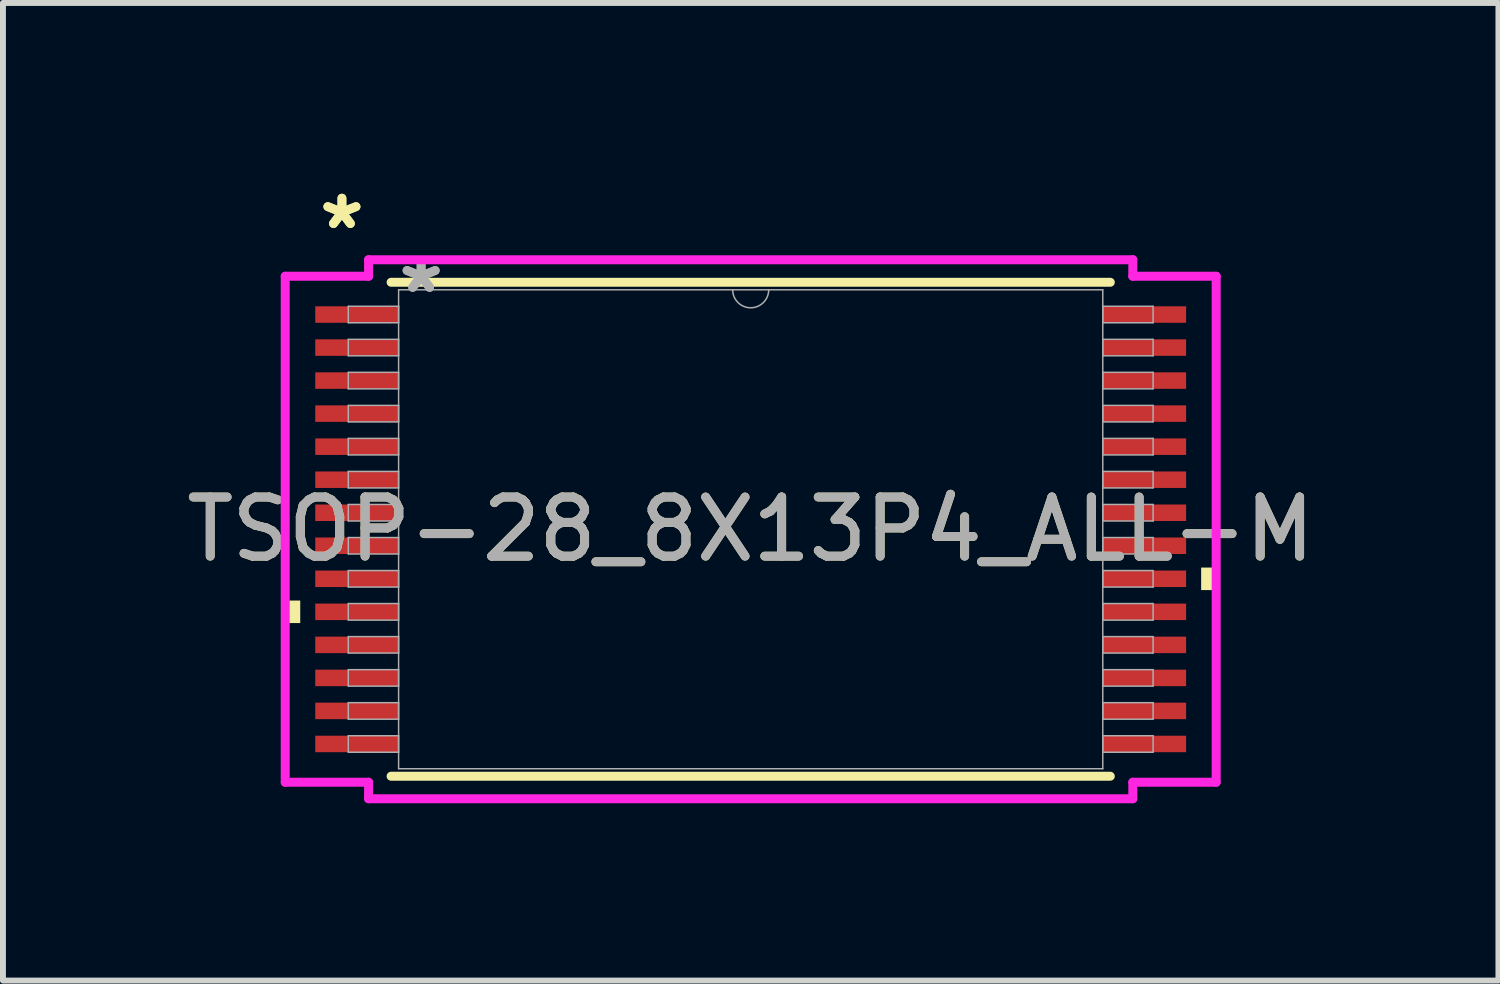
<source format=kicad_pcb>
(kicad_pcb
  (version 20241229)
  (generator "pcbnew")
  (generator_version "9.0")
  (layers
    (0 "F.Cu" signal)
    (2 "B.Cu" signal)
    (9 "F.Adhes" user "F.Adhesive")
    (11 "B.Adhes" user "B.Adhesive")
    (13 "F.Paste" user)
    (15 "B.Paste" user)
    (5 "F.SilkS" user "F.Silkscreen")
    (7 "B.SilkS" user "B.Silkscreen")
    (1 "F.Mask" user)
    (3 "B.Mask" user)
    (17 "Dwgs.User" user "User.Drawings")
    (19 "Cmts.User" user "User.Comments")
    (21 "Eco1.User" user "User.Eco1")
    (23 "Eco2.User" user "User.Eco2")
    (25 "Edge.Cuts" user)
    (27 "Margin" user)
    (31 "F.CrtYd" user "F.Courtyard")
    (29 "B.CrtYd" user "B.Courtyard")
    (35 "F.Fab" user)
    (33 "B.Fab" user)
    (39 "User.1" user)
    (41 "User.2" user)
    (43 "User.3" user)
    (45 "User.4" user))
  (footprint "TSOP-28_8X13P4_ALL-M"
    (layer "F.Cu")
    (at 9.649 5.903)
    (property "Reference" "TSOP-28_8X13P4_ALL-M" (at 0 0 0) (unlocked yes) (layer "F.SilkS") (effects (font (size 1 1) (thickness 0.15))))
    (attr smd)
    (fp_line (start -6.083 4.178) (end 6.083 4.178) (stroke (width 0.152) (type solid)) (layer "F.SilkS"))
    (fp_line (start 6.083 -4.178) (end -6.083 -4.178) (stroke (width 0.152) (type solid)) (layer "F.SilkS"))
    (fp_poly (pts (xy -7.874 1.206) (xy -7.874 1.587) (xy -7.62 1.587) (xy -7.62 1.206)) (stroke (width 0) (type solid)) (fill yes) (layer "F.SilkS"))
    (fp_poly (pts (xy 7.874 0.648) (xy 7.874 1.029) (xy 7.62 1.029) (xy 7.62 0.648)) (stroke (width 0) (type solid)) (fill yes) (layer "F.SilkS"))
    (fp_line (start -7.874 -4.28) (end -6.464 -4.28) (stroke (width 0.152) (type solid)) (layer "F.CrtYd"))
    (fp_line (start -7.874 4.28) (end -7.874 -4.28) (stroke (width 0.152) (type solid)) (layer "F.CrtYd"))
    (fp_line (start -7.874 4.28) (end -6.464 4.28) (stroke (width 0.152) (type solid)) (layer "F.CrtYd"))
    (fp_line (start -6.464 -4.559) (end 6.464 -4.559) (stroke (width 0.152) (type solid)) (layer "F.CrtYd"))
    (fp_line (start -6.464 -4.28) (end -6.464 -4.559) (stroke (width 0.152) (type solid)) (layer "F.CrtYd"))
    (fp_line (start -6.464 4.559) (end -6.464 4.28) (stroke (width 0.152) (type solid)) (layer "F.CrtYd"))
    (fp_line (start 6.464 -4.559) (end 6.464 -4.28) (stroke (width 0.152) (type solid)) (layer "F.CrtYd"))
    (fp_line (start 6.464 4.28) (end 6.464 4.559) (stroke (width 0.152) (type solid)) (layer "F.CrtYd"))
    (fp_line (start 6.464 4.559) (end -6.464 4.559) (stroke (width 0.152) (type solid)) (layer "F.CrtYd"))
    (fp_line (start 7.874 -4.28) (end 6.464 -4.28) (stroke (width 0.152) (type solid)) (layer "F.CrtYd"))
    (fp_line (start 7.874 -4.28) (end 7.874 4.28) (stroke (width 0.152) (type solid)) (layer "F.CrtYd"))
    (fp_line (start 7.874 4.28) (end 6.464 4.28) (stroke (width 0.152) (type solid)) (layer "F.CrtYd"))
    (fp_line (start -6.807 -3.772) (end -6.807 -3.493) (stroke (width 0.025) (type solid)) (layer "F.Fab"))
    (fp_line (start -6.807 -3.493) (end -5.956 -3.493) (stroke (width 0.025) (type solid)) (layer "F.Fab"))
    (fp_line (start -6.807 -3.213) (end -6.807 -2.934) (stroke (width 0.025) (type solid)) (layer "F.Fab"))
    (fp_line (start -6.807 -2.934) (end -5.956 -2.934) (stroke (width 0.025) (type solid)) (layer "F.Fab"))
    (fp_line (start -6.807 -2.654) (end -6.807 -2.375) (stroke (width 0.025) (type solid)) (layer "F.Fab"))
    (fp_line (start -6.807 -2.375) (end -5.956 -2.375) (stroke (width 0.025) (type solid)) (layer "F.Fab"))
    (fp_line (start -6.807 -2.095) (end -6.807 -1.816) (stroke (width 0.025) (type solid)) (layer "F.Fab"))
    (fp_line (start -6.807 -1.816) (end -5.956 -1.816) (stroke (width 0.025) (type solid)) (layer "F.Fab"))
    (fp_line (start -6.807 -1.537) (end -6.807 -1.257) (stroke (width 0.025) (type solid)) (layer "F.Fab"))
    (fp_line (start -6.807 -1.257) (end -5.956 -1.257) (stroke (width 0.025) (type solid)) (layer "F.Fab"))
    (fp_line (start -6.807 -0.978) (end -6.807 -0.699) (stroke (width 0.025) (type solid)) (layer "F.Fab"))
    (fp_line (start -6.807 -0.699) (end -5.956 -0.699) (stroke (width 0.025) (type solid)) (layer "F.Fab"))
    (fp_line (start -6.807 -0.419) (end -6.807 -0.14) (stroke (width 0.025) (type solid)) (layer "F.Fab"))
    (fp_line (start -6.807 -0.14) (end -5.956 -0.14) (stroke (width 0.025) (type solid)) (layer "F.Fab"))
    (fp_line (start -6.807 0.14) (end -6.807 0.419) (stroke (width 0.025) (type solid)) (layer "F.Fab"))
    (fp_line (start -6.807 0.419) (end -5.956 0.419) (stroke (width 0.025) (type solid)) (layer "F.Fab"))
    (fp_line (start -6.807 0.699) (end -6.807 0.978) (stroke (width 0.025) (type solid)) (layer "F.Fab"))
    (fp_line (start -6.807 0.978) (end -5.956 0.978) (stroke (width 0.025) (type solid)) (layer "F.Fab"))
    (fp_line (start -6.807 1.257) (end -6.807 1.537) (stroke (width 0.025) (type solid)) (layer "F.Fab"))
    (fp_line (start -6.807 1.537) (end -5.956 1.537) (stroke (width 0.025) (type solid)) (layer "F.Fab"))
    (fp_line (start -6.807 1.816) (end -6.807 2.095) (stroke (width 0.025) (type solid)) (layer "F.Fab"))
    (fp_line (start -6.807 2.095) (end -5.956 2.095) (stroke (width 0.025) (type solid)) (layer "F.Fab"))
    (fp_line (start -6.807 2.375) (end -6.807 2.654) (stroke (width 0.025) (type solid)) (layer "F.Fab"))
    (fp_line (start -6.807 2.654) (end -5.956 2.654) (stroke (width 0.025) (type solid)) (layer "F.Fab"))
    (fp_line (start -6.807 2.934) (end -6.807 3.213) (stroke (width 0.025) (type solid)) (layer "F.Fab"))
    (fp_line (start -6.807 3.213) (end -5.956 3.213) (stroke (width 0.025) (type solid)) (layer "F.Fab"))
    (fp_line (start -6.807 3.493) (end -6.807 3.772) (stroke (width 0.025) (type solid)) (layer "F.Fab"))
    (fp_line (start -6.807 3.772) (end -5.956 3.772) (stroke (width 0.025) (type solid)) (layer "F.Fab"))
    (fp_line (start -5.956 -4.051) (end -5.956 4.051) (stroke (width 0.025) (type solid)) (layer "F.Fab"))
    (fp_line (start -5.956 -3.772) (end -6.807 -3.772) (stroke (width 0.025) (type solid)) (layer "F.Fab"))
    (fp_line (start -5.956 -3.493) (end -5.956 -3.772) (stroke (width 0.025) (type solid)) (layer "F.Fab"))
    (fp_line (start -5.956 -3.213) (end -6.807 -3.213) (stroke (width 0.025) (type solid)) (layer "F.Fab"))
    (fp_line (start -5.956 -2.934) (end -5.956 -3.213) (stroke (width 0.025) (type solid)) (layer "F.Fab"))
    (fp_line (start -5.956 -2.654) (end -6.807 -2.654) (stroke (width 0.025) (type solid)) (layer "F.Fab"))
    (fp_line (start -5.956 -2.375) (end -5.956 -2.654) (stroke (width 0.025) (type solid)) (layer "F.Fab"))
    (fp_line (start -5.956 -2.095) (end -6.807 -2.095) (stroke (width 0.025) (type solid)) (layer "F.Fab"))
    (fp_line (start -5.956 -1.816) (end -5.956 -2.095) (stroke (width 0.025) (type solid)) (layer "F.Fab"))
    (fp_line (start -5.956 -1.537) (end -6.807 -1.537) (stroke (width 0.025) (type solid)) (layer "F.Fab"))
    (fp_line (start -5.956 -1.257) (end -5.956 -1.537) (stroke (width 0.025) (type solid)) (layer "F.Fab"))
    (fp_line (start -5.956 -0.978) (end -6.807 -0.978) (stroke (width 0.025) (type solid)) (layer "F.Fab"))
    (fp_line (start -5.956 -0.699) (end -5.956 -0.978) (stroke (width 0.025) (type solid)) (layer "F.Fab"))
    (fp_line (start -5.956 -0.419) (end -6.807 -0.419) (stroke (width 0.025) (type solid)) (layer "F.Fab"))
    (fp_line (start -5.956 -0.14) (end -5.956 -0.419) (stroke (width 0.025) (type solid)) (layer "F.Fab"))
    (fp_line (start -5.956 0.14) (end -6.807 0.14) (stroke (width 0.025) (type solid)) (layer "F.Fab"))
    (fp_line (start -5.956 0.419) (end -5.956 0.14) (stroke (width 0.025) (type solid)) (layer "F.Fab"))
    (fp_line (start -5.956 0.699) (end -6.807 0.699) (stroke (width 0.025) (type solid)) (layer "F.Fab"))
    (fp_line (start -5.956 0.978) (end -5.956 0.699) (stroke (width 0.025) (type solid)) (layer "F.Fab"))
    (fp_line (start -5.956 1.257) (end -6.807 1.257) (stroke (width 0.025) (type solid)) (layer "F.Fab"))
    (fp_line (start -5.956 1.537) (end -5.956 1.257) (stroke (width 0.025) (type solid)) (layer "F.Fab"))
    (fp_line (start -5.956 1.816) (end -6.807 1.816) (stroke (width 0.025) (type solid)) (layer "F.Fab"))
    (fp_line (start -5.956 2.095) (end -5.956 1.816) (stroke (width 0.025) (type solid)) (layer "F.Fab"))
    (fp_line (start -5.956 2.375) (end -6.807 2.375) (stroke (width 0.025) (type solid)) (layer "F.Fab"))
    (fp_line (start -5.956 2.654) (end -5.956 2.375) (stroke (width 0.025) (type solid)) (layer "F.Fab"))
    (fp_line (start -5.956 2.934) (end -6.807 2.934) (stroke (width 0.025) (type solid)) (layer "F.Fab"))
    (fp_line (start -5.956 3.213) (end -5.956 2.934) (stroke (width 0.025) (type solid)) (layer "F.Fab"))
    (fp_line (start -5.956 3.493) (end -6.807 3.493) (stroke (width 0.025) (type solid)) (layer "F.Fab"))
    (fp_line (start -5.956 3.772) (end -5.956 3.493) (stroke (width 0.025) (type solid)) (layer "F.Fab"))
    (fp_line (start -5.956 4.051) (end 5.956 4.051) (stroke (width 0.025) (type solid)) (layer "F.Fab"))
    (fp_line (start 5.956 -4.051) (end -5.956 -4.051) (stroke (width 0.025) (type solid)) (layer "F.Fab"))
    (fp_line (start 5.956 -3.772) (end 5.956 -3.493) (stroke (width 0.025) (type solid)) (layer "F.Fab"))
    (fp_line (start 5.956 -3.493) (end 6.807 -3.493) (stroke (width 0.025) (type solid)) (layer "F.Fab"))
    (fp_line (start 5.956 -3.213) (end 5.956 -2.934) (stroke (width 0.025) (type solid)) (layer "F.Fab"))
    (fp_line (start 5.956 -2.934) (end 6.807 -2.934) (stroke (width 0.025) (type solid)) (layer "F.Fab"))
    (fp_line (start 5.956 -2.654) (end 5.956 -2.375) (stroke (width 0.025) (type solid)) (layer "F.Fab"))
    (fp_line (start 5.956 -2.375) (end 6.807 -2.375) (stroke (width 0.025) (type solid)) (layer "F.Fab"))
    (fp_line (start 5.956 -2.095) (end 5.956 -1.816) (stroke (width 0.025) (type solid)) (layer "F.Fab"))
    (fp_line (start 5.956 -1.816) (end 6.807 -1.816) (stroke (width 0.025) (type solid)) (layer "F.Fab"))
    (fp_line (start 5.956 -1.537) (end 5.956 -1.257) (stroke (width 0.025) (type solid)) (layer "F.Fab"))
    (fp_line (start 5.956 -1.257) (end 6.807 -1.257) (stroke (width 0.025) (type solid)) (layer "F.Fab"))
    (fp_line (start 5.956 -0.978) (end 5.956 -0.699) (stroke (width 0.025) (type solid)) (layer "F.Fab"))
    (fp_line (start 5.956 -0.699) (end 6.807 -0.699) (stroke (width 0.025) (type solid)) (layer "F.Fab"))
    (fp_line (start 5.956 -0.419) (end 5.956 -0.14) (stroke (width 0.025) (type solid)) (layer "F.Fab"))
    (fp_line (start 5.956 -0.14) (end 6.807 -0.14) (stroke (width 0.025) (type solid)) (layer "F.Fab"))
    (fp_line (start 5.956 0.14) (end 5.956 0.419) (stroke (width 0.025) (type solid)) (layer "F.Fab"))
    (fp_line (start 5.956 0.419) (end 6.807 0.419) (stroke (width 0.025) (type solid)) (layer "F.Fab"))
    (fp_line (start 5.956 0.699) (end 5.956 0.978) (stroke (width 0.025) (type solid)) (layer "F.Fab"))
    (fp_line (start 5.956 0.978) (end 6.807 0.978) (stroke (width 0.025) (type solid)) (layer "F.Fab"))
    (fp_line (start 5.956 1.257) (end 5.956 1.537) (stroke (width 0.025) (type solid)) (layer "F.Fab"))
    (fp_line (start 5.956 1.537) (end 6.807 1.537) (stroke (width 0.025) (type solid)) (layer "F.Fab"))
    (fp_line (start 5.956 1.816) (end 5.956 2.095) (stroke (width 0.025) (type solid)) (layer "F.Fab"))
    (fp_line (start 5.956 2.095) (end 6.807 2.095) (stroke (width 0.025) (type solid)) (layer "F.Fab"))
    (fp_line (start 5.956 2.375) (end 5.956 2.654) (stroke (width 0.025) (type solid)) (layer "F.Fab"))
    (fp_line (start 5.956 2.654) (end 6.807 2.654) (stroke (width 0.025) (type solid)) (layer "F.Fab"))
    (fp_line (start 5.956 2.934) (end 5.956 3.213) (stroke (width 0.025) (type solid)) (layer "F.Fab"))
    (fp_line (start 5.956 3.213) (end 6.807 3.213) (stroke (width 0.025) (type solid)) (layer "F.Fab"))
    (fp_line (start 5.956 3.493) (end 5.956 3.772) (stroke (width 0.025) (type solid)) (layer "F.Fab"))
    (fp_line (start 5.956 3.772) (end 6.807 3.772) (stroke (width 0.025) (type solid)) (layer "F.Fab"))
    (fp_line (start 5.956 4.051) (end 5.956 -4.051) (stroke (width 0.025) (type solid)) (layer "F.Fab"))
    (fp_line (start 6.807 -3.772) (end 5.956 -3.772) (stroke (width 0.025) (type solid)) (layer "F.Fab"))
    (fp_line (start 6.807 -3.493) (end 6.807 -3.772) (stroke (width 0.025) (type solid)) (layer "F.Fab"))
    (fp_line (start 6.807 -3.213) (end 5.956 -3.213) (stroke (width 0.025) (type solid)) (layer "F.Fab"))
    (fp_line (start 6.807 -2.934) (end 6.807 -3.213) (stroke (width 0.025) (type solid)) (layer "F.Fab"))
    (fp_line (start 6.807 -2.654) (end 5.956 -2.654) (stroke (width 0.025) (type solid)) (layer "F.Fab"))
    (fp_line (start 6.807 -2.375) (end 6.807 -2.654) (stroke (width 0.025) (type solid)) (layer "F.Fab"))
    (fp_line (start 6.807 -2.095) (end 5.956 -2.095) (stroke (width 0.025) (type solid)) (layer "F.Fab"))
    (fp_line (start 6.807 -1.816) (end 6.807 -2.095) (stroke (width 0.025) (type solid)) (layer "F.Fab"))
    (fp_line (start 6.807 -1.537) (end 5.956 -1.537) (stroke (width 0.025) (type solid)) (layer "F.Fab"))
    (fp_line (start 6.807 -1.257) (end 6.807 -1.537) (stroke (width 0.025) (type solid)) (layer "F.Fab"))
    (fp_line (start 6.807 -0.978) (end 5.956 -0.978) (stroke (width 0.025) (type solid)) (layer "F.Fab"))
    (fp_line (start 6.807 -0.699) (end 6.807 -0.978) (stroke (width 0.025) (type solid)) (layer "F.Fab"))
    (fp_line (start 6.807 -0.419) (end 5.956 -0.419) (stroke (width 0.025) (type solid)) (layer "F.Fab"))
    (fp_line (start 6.807 -0.14) (end 6.807 -0.419) (stroke (width 0.025) (type solid)) (layer "F.Fab"))
    (fp_line (start 6.807 0.14) (end 5.956 0.14) (stroke (width 0.025) (type solid)) (layer "F.Fab"))
    (fp_line (start 6.807 0.419) (end 6.807 0.14) (stroke (width 0.025) (type solid)) (layer "F.Fab"))
    (fp_line (start 6.807 0.699) (end 5.956 0.699) (stroke (width 0.025) (type solid)) (layer "F.Fab"))
    (fp_line (start 6.807 0.978) (end 6.807 0.699) (stroke (width 0.025) (type solid)) (layer "F.Fab"))
    (fp_line (start 6.807 1.257) (end 5.956 1.257) (stroke (width 0.025) (type solid)) (layer "F.Fab"))
    (fp_line (start 6.807 1.537) (end 6.807 1.257) (stroke (width 0.025) (type solid)) (layer "F.Fab"))
    (fp_line (start 6.807 1.816) (end 5.956 1.816) (stroke (width 0.025) (type solid)) (layer "F.Fab"))
    (fp_line (start 6.807 2.095) (end 6.807 1.816) (stroke (width 0.025) (type solid)) (layer "F.Fab"))
    (fp_line (start 6.807 2.375) (end 5.956 2.375) (stroke (width 0.025) (type solid)) (layer "F.Fab"))
    (fp_line (start 6.807 2.654) (end 6.807 2.375) (stroke (width 0.025) (type solid)) (layer "F.Fab"))
    (fp_line (start 6.807 2.934) (end 5.956 2.934) (stroke (width 0.025) (type solid)) (layer "F.Fab"))
    (fp_line (start 6.807 3.213) (end 6.807 2.934) (stroke (width 0.025) (type solid)) (layer "F.Fab"))
    (fp_line (start 6.807 3.493) (end 5.956 3.493) (stroke (width 0.025) (type solid)) (layer "F.Fab"))
    (fp_line (start 6.807 3.772) (end 6.807 3.493) (stroke (width 0.025) (type solid)) (layer "F.Fab"))
    (fp_arc (start 0.3048 -4.0513) (mid 0 -3.7465) (end -0.3048 -4.0513) (stroke (width 0.0254) (type solid)) (layer "F.Fab"))
    (fp_text user "*" (at -6.915 -5.055 0) (unlocked yes) (layer "F.SilkS") (effects (font (size 1 1) (thickness 0.15))))
    (fp_text user "*" (at -6.915 -5.055 0) (layer "F.SilkS") (effects (font (size 1 1) (thickness 0.15))))
    (fp_text user "${REFERENCE}" (at 0 0 0) (unlocked yes) (layer "F.Fab") (effects (font (size 1 1) (thickness 0.15))))
    (fp_text user "*" (at -5.575 -3.975 0) (layer "F.Fab") (effects (font (size 1 1) (thickness 0.15))))
    (fp_text user "*" (at -5.575 -3.975 0) (unlocked yes) (layer "F.Fab") (effects (font (size 1 1) (thickness 0.15))))
    (pad "1" smd rect (at -6.661 -3.632) (size 1.41 0.279) (layers "F.Cu" "F.Mask" "F.Paste"))
    (pad "2" smd rect (at -6.661 -3.073) (size 1.41 0.279) (layers "F.Cu" "F.Mask" "F.Paste"))
    (pad "3" smd rect (at -6.661 -2.515) (size 1.41 0.279) (layers "F.Cu" "F.Mask" "F.Paste"))
    (pad "4" smd rect (at -6.661 -1.956) (size 1.41 0.279) (layers "F.Cu" "F.Mask" "F.Paste"))
    (pad "5" smd rect (at -6.661 -1.397) (size 1.41 0.279) (layers "F.Cu" "F.Mask" "F.Paste"))
    (pad "6" smd rect (at -6.661 -0.838) (size 1.41 0.279) (layers "F.Cu" "F.Mask" "F.Paste"))
    (pad "7" smd rect (at -6.661 -0.279) (size 1.41 0.279) (layers "F.Cu" "F.Mask" "F.Paste"))
    (pad "8" smd rect (at -6.661 0.279) (size 1.41 0.279) (layers "F.Cu" "F.Mask" "F.Paste"))
    (pad "9" smd rect (at -6.661 0.838) (size 1.41 0.279) (layers "F.Cu" "F.Mask" "F.Paste"))
    (pad "10" smd rect (at -6.661 1.397) (size 1.41 0.279) (layers "F.Cu" "F.Mask" "F.Paste"))
    (pad "11" smd rect (at -6.661 1.956) (size 1.41 0.279) (layers "F.Cu" "F.Mask" "F.Paste"))
    (pad "12" smd rect (at -6.661 2.515) (size 1.41 0.279) (layers "F.Cu" "F.Mask" "F.Paste"))
    (pad "13" smd rect (at -6.661 3.073) (size 1.41 0.279) (layers "F.Cu" "F.Mask" "F.Paste"))
    (pad "14" smd rect (at -6.661 3.632) (size 1.41 0.279) (layers "F.Cu" "F.Mask" "F.Paste"))
    (pad "15" smd rect (at 6.661 3.632) (size 1.41 0.279) (layers "F.Cu" "F.Mask" "F.Paste"))
    (pad "16" smd rect (at 6.661 3.073) (size 1.41 0.279) (layers "F.Cu" "F.Mask" "F.Paste"))
    (pad "17" smd rect (at 6.661 2.515) (size 1.41 0.279) (layers "F.Cu" "F.Mask" "F.Paste"))
    (pad "18" smd rect (at 6.661 1.956) (size 1.41 0.279) (layers "F.Cu" "F.Mask" "F.Paste"))
    (pad "19" smd rect (at 6.661 1.397) (size 1.41 0.279) (layers "F.Cu" "F.Mask" "F.Paste"))
    (pad "20" smd rect (at 6.661 0.838) (size 1.41 0.279) (layers "F.Cu" "F.Mask" "F.Paste"))
    (pad "21" smd rect (at 6.661 0.279) (size 1.41 0.279) (layers "F.Cu" "F.Mask" "F.Paste"))
    (pad "22" smd rect (at 6.661 -0.279) (size 1.41 0.279) (layers "F.Cu" "F.Mask" "F.Paste"))
    (pad "23" smd rect (at 6.661 -0.838) (size 1.41 0.279) (layers "F.Cu" "F.Mask" "F.Paste"))
    (pad "24" smd rect (at 6.661 -1.397) (size 1.41 0.279) (layers "F.Cu" "F.Mask" "F.Paste"))
    (pad "25" smd rect (at 6.661 -1.956) (size 1.41 0.279) (layers "F.Cu" "F.Mask" "F.Paste"))
    (pad "26" smd rect (at 6.661 -2.515) (size 1.41 0.279) (layers "F.Cu" "F.Mask" "F.Paste"))
    (pad "27" smd rect (at 6.661 -3.073) (size 1.41 0.279) (layers "F.Cu" "F.Mask" "F.Paste"))
    (pad "28" smd rect (at 6.661 -3.632) (size 1.41 0.279) (layers "F.Cu" "F.Mask" "F.Paste")))
  (gr_rect
    (start -3 -3)
    (end 22.298 13.538)
    (stroke (width 0.1) (type default))
    (fill no)
    (layer "Edge.Cuts")))
</source>
